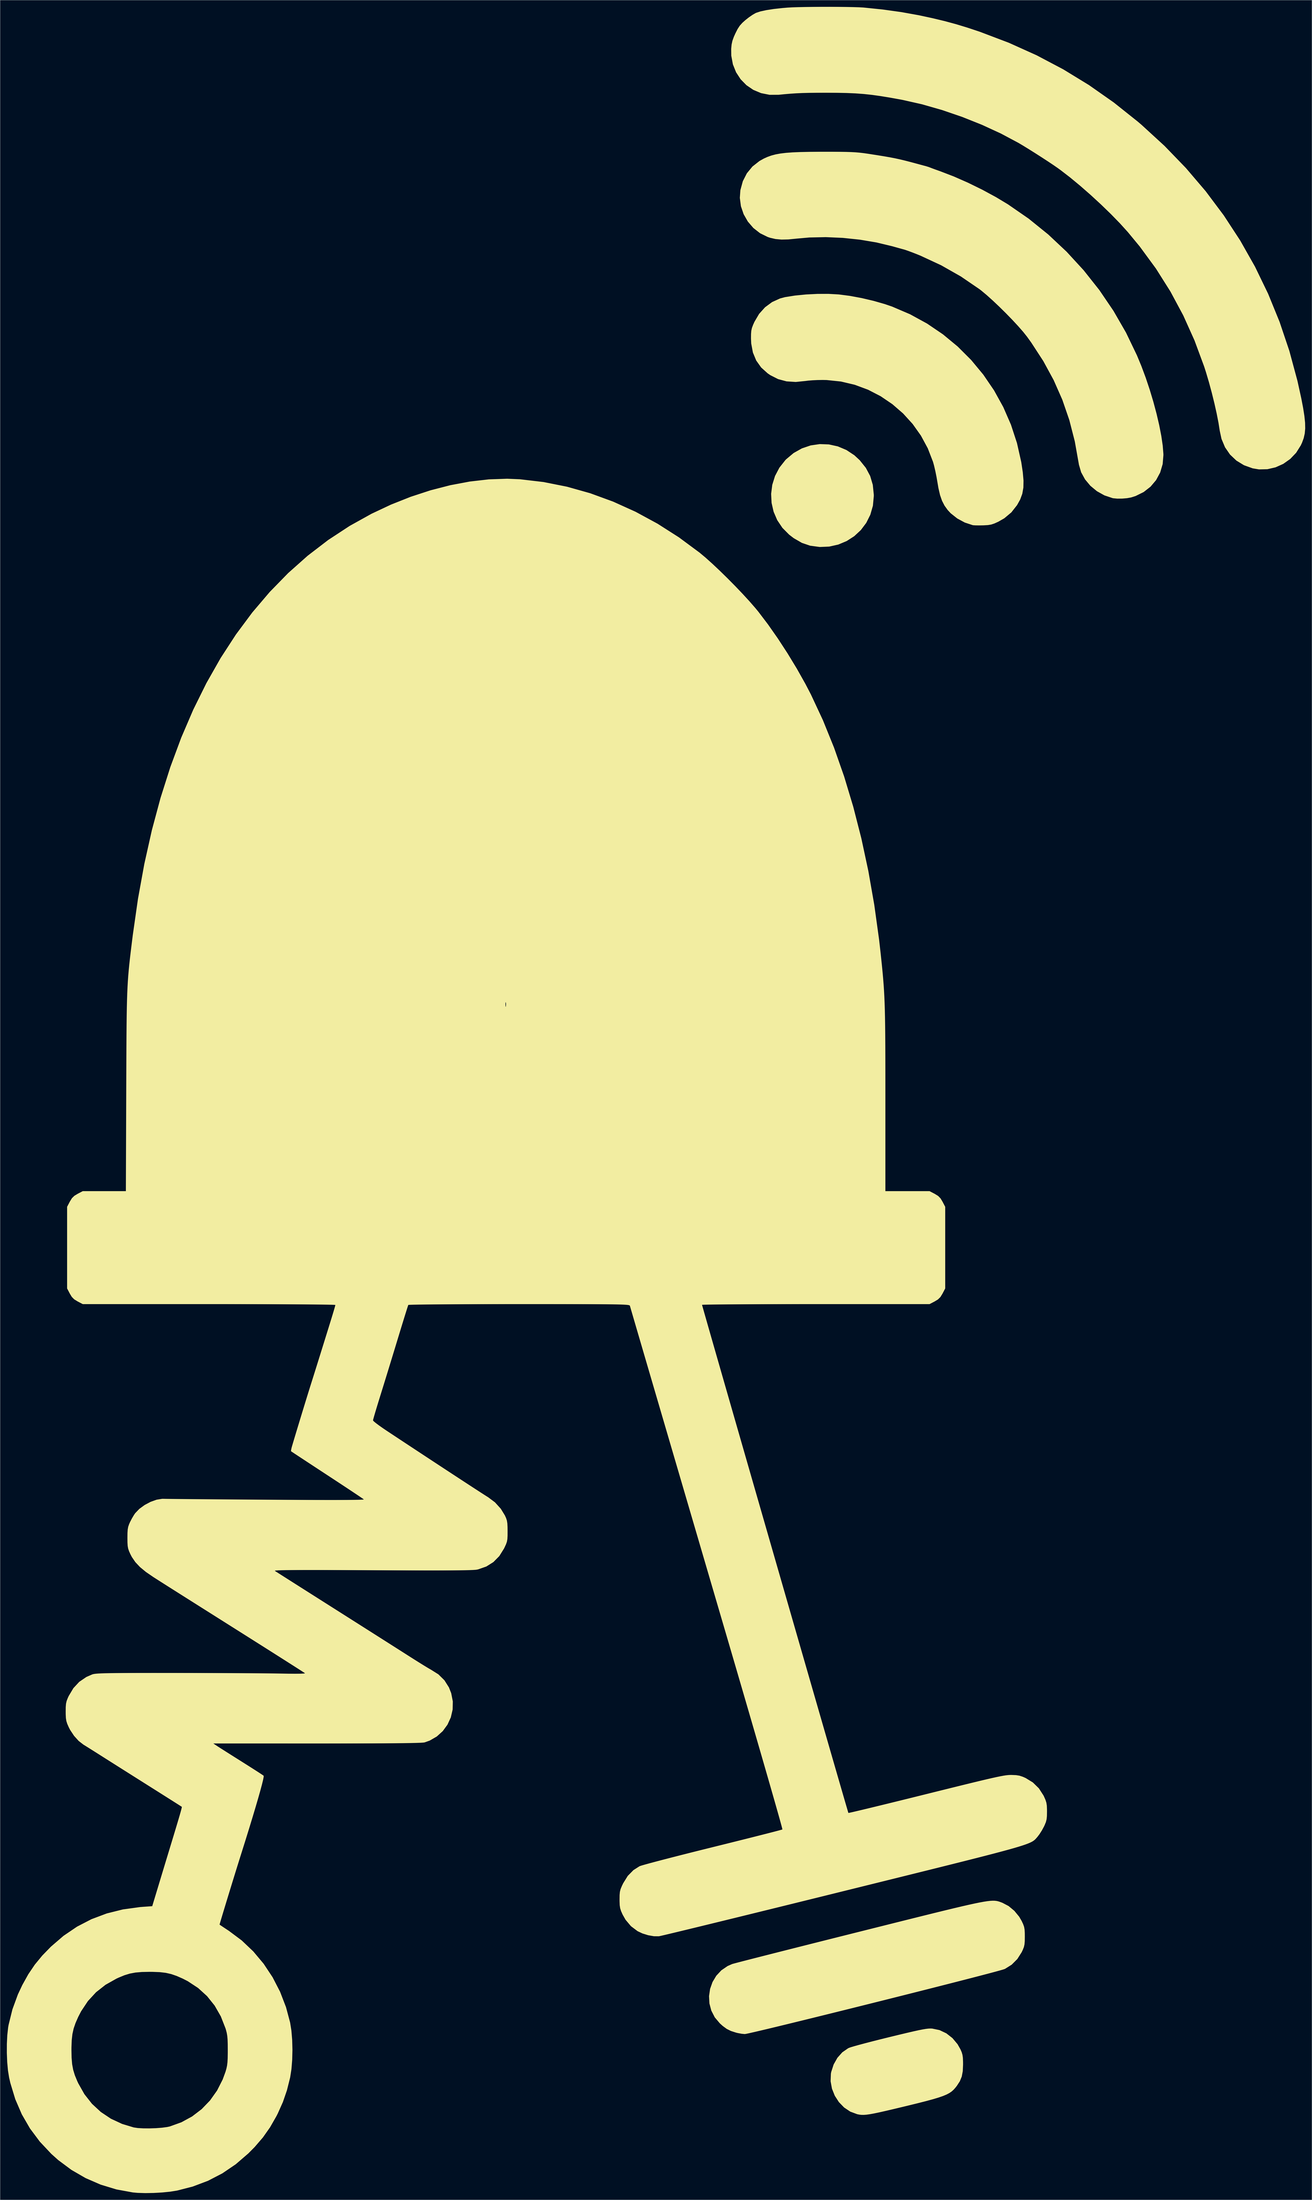
<source format=kicad_pcb>
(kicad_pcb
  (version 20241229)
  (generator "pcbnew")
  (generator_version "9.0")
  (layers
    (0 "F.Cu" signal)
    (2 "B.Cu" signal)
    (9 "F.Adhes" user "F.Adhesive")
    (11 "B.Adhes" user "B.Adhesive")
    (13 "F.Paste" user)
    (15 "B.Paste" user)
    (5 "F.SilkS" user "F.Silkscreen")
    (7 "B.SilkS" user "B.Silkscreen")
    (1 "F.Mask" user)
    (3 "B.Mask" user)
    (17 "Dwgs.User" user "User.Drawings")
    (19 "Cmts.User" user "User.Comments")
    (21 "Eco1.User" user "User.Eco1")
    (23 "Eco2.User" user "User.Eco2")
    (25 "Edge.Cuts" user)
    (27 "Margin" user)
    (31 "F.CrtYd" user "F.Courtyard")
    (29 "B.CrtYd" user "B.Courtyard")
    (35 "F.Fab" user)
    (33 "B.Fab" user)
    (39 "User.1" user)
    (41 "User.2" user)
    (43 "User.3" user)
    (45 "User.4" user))
  (footprint "logo_4"
    (layer "F.Cu")
    (at 250.323 497.441)
    (property "Reference" "logo_4" (at 0 0 0) (layer "F.SilkS") (effects (font (size 1.524 1.524) (thickness 0.3))))
    (attr board_only exclude_from_pos_files exclude_from_bom)
    (fp_poly (pts (xy 116.423 -302.352) (xy 120.427 -301.471) (xy 124.255 -299.857) (xy 127.805 -297.511) (xy 130.188 -295.308) (xy 132.922 -291.897) (xy 134.853 -288.272) (xy 136.021 -284.333) (xy 136.465 -279.978) (xy 136.471 -279.333) (xy 136.072 -275.018) (xy 134.925 -271.013) (xy 133.106 -267.377) (xy 130.692 -264.169) (xy 127.757 -261.449) (xy 124.378 -259.275) (xy 120.631 -257.707) (xy 116.591 -256.803) (xy 112.335 -256.624) (xy 108.058 -257.2) (xy 104.395 -258.448) (xy 100.753 -260.551) (xy 98.692 -262.126) (xy 95.69 -265.152) (xy 93.383 -268.589) (xy 91.773 -272.331) (xy 90.865 -276.276) (xy 90.664 -280.317) (xy 91.173 -284.351) (xy 92.397 -288.271) (xy 94.34 -291.975) (xy 97.006 -295.357) (xy 97.344 -295.705) (xy 100.693 -298.511) (xy 104.378 -300.578) (xy 108.296 -301.907) (xy 112.345 -302.497)) (stroke (width 0) (type solid)) (fill yes) (layer "F.SilkS"))
    (fp_poly (pts (xy 162.463 403.919) (xy 162.517 403.924) (xy 165.786 404.605) (xy 168.843 406.054) (xy 171.569 408.182) (xy 173.842 410.901) (xy 175.139 413.194) (xy 175.691 414.478) (xy 176.034 415.651) (xy 176.217 416.99) (xy 176.286 418.769) (xy 176.293 419.961) (xy 176.164 422.915) (xy 175.716 425.308) (xy 174.862 427.408) (xy 173.51 429.484) (xy 172.858 430.311) (xy 172.091 431.172) (xy 171.239 431.939) (xy 170.221 432.644) (xy 168.956 433.314) (xy 167.364 433.981) (xy 165.363 434.672) (xy 162.872 435.419) (xy 159.812 436.25) (xy 156.1 437.195) (xy 151.656 438.284) (xy 149.919 438.703) (xy 145.574 439.743) (xy 141.973 440.589) (xy 139.026 441.254) (xy 136.642 441.754) (xy 134.73 442.103) (xy 133.201 442.317) (xy 131.963 442.409) (xy 130.926 442.395) (xy 129.998 442.289) (xy 129.09 442.106) (xy 129.038 442.094) (xy 125.96 440.946) (xy 123.217 439.106) (xy 120.89 436.702) (xy 119.058 433.864) (xy 117.801 430.722) (xy 117.198 427.405) (xy 117.328 424.042) (xy 117.469 423.279) (xy 118.552 419.924) (xy 120.229 416.957) (xy 122.402 414.515) (xy 124.971 412.732) (xy 125.36 412.541) (xy 126.189 412.247) (xy 127.751 411.781) (xy 129.944 411.172) (xy 132.662 410.446) (xy 135.803 409.631) (xy 139.262 408.756) (xy 142.936 407.847) (xy 143.561 407.695) (xy 147.813 406.664) (xy 151.321 405.827) (xy 154.171 405.167) (xy 156.454 404.666) (xy 158.258 404.305) (xy 159.671 404.068) (xy 160.784 403.936) (xy 161.685 403.893)) (stroke (width 0) (type solid)) (fill yes) (layer "F.SilkS"))
    (fp_poly (pts (xy 120.796 -369.221) (xy 120.973 -369.204) (xy 125.845 -368.568) (xy 131.091 -367.591) (xy 136.379 -366.349) (xy 141.381 -364.916) (xy 144.651 -363.797) (xy 152.678 -360.362) (xy 160.253 -356.218) (xy 167.342 -351.41) (xy 173.909 -345.983) (xy 179.917 -339.983) (xy 185.333 -333.454) (xy 190.119 -326.441) (xy 194.24 -318.991) (xy 197.661 -311.147) (xy 200.346 -302.955) (xy 202.26 -294.46) (xy 202.937 -289.947) (xy 203.263 -286.227) (xy 203.203 -283.094) (xy 202.72 -280.349) (xy 201.781 -277.795) (xy 200.401 -275.31) (xy 197.842 -272.053) (xy 194.705 -269.429) (xy 192.06 -267.912) (xy 190.308 -267.115) (xy 188.871 -266.636) (xy 187.372 -266.387) (xy 185.432 -266.275) (xy 185.172 -266.268) (xy 183.368 -266.241) (xy 181.818 -266.262) (xy 180.781 -266.326) (xy 180.598 -266.356) (xy 177.051 -267.526) (xy 173.693 -269.343) (xy 170.771 -271.658) (xy 169.414 -273.119) (xy 168.011 -275.076) (xy 166.904 -277.228) (xy 166.025 -279.756) (xy 165.31 -282.839) (xy 164.88 -285.351) (xy 164.445 -287.88) (xy 163.917 -290.492) (xy 163.364 -292.865) (xy 162.89 -294.572) (xy 160.545 -300.624) (xy 157.493 -306.271) (xy 153.8 -311.465) (xy 149.53 -316.157) (xy 144.748 -320.298) (xy 139.522 -323.841) (xy 133.915 -326.736) (xy 127.993 -328.934) (xy 121.823 -330.389) (xy 115.468 -331.05) (xy 113.677 -331.086) (xy 111.375 -331.05) (xy 109.093 -330.943) (xy 107.141 -330.785) (xy 106.12 -330.65) (xy 101.619 -330.193) (xy 97.53 -330.46) (xy 93.78 -331.469) (xy 90.296 -333.232) (xy 89.128 -334.028) (xy 86.209 -336.655) (xy 84.009 -339.754) (xy 82.531 -343.317) (xy 81.78 -347.335) (xy 81.678 -349.573) (xy 81.699 -351.582) (xy 81.818 -353.054) (xy 82.102 -354.312) (xy 82.618 -355.679) (xy 83.226 -357.031) (xy 85.29 -360.54) (xy 87.943 -363.492) (xy 91.091 -365.813) (xy 94.644 -367.43) (xy 96.878 -368.021) (xy 101.282 -368.72) (xy 106.199 -369.206) (xy 111.306 -369.461) (xy 116.28 -369.472)) (stroke (width 0) (type solid)) (fill yes) (layer "F.SilkS"))
    (fp_poly (pts (xy 190.364 346.931) (xy 191.127 347.01) (xy 191.8 347.145) (xy 192.429 347.329) (xy 193.056 347.552) (xy 193.726 347.806) (xy 193.841 347.849) (xy 196.614 349.302) (xy 199.178 351.433) (xy 201.339 354.061) (xy 202.436 355.948) (xy 203.11 357.39) (xy 203.527 358.579) (xy 203.748 359.814) (xy 203.834 361.393) (xy 203.846 362.919) (xy 203.82 364.935) (xy 203.702 366.39) (xy 203.433 367.582) (xy 202.952 368.809) (xy 202.447 369.869) (xy 200.507 372.914) (xy 197.993 375.431) (xy 195.044 377.281) (xy 194.88 377.357) (xy 194.174 377.594) (xy 192.697 378.019) (xy 190.51 378.617) (xy 187.672 379.373) (xy 184.243 380.273) (xy 180.282 381.302) (xy 175.848 382.444) (xy 171.001 383.685) (xy 165.801 385.01) (xy 160.306 386.405) (xy 154.577 387.853) (xy 148.672 389.341) (xy 142.652 390.854) (xy 136.575 392.376) (xy 130.501 393.893) (xy 124.49 395.389) (xy 118.601 396.851) (xy 112.893 398.263) (xy 107.427 399.611) (xy 102.26 400.878) (xy 97.454 402.052) (xy 93.066 403.116) (xy 89.158 404.056) (xy 85.787 404.856) (xy 83.014 405.503) (xy 80.898 405.981) (xy 79.499 406.276) (xy 78.88 406.372) (xy 77.5 406.237) (xy 75.815 405.929) (xy 75.008 405.733) (xy 72.72 404.998) (xy 70.852 404.071) (xy 69.06 402.755) (xy 67.776 401.599) (xy 65.52 398.923) (xy 63.982 395.933) (xy 63.136 392.746) (xy 62.96 389.479) (xy 63.427 386.249) (xy 64.514 383.174) (xy 66.196 380.369) (xy 68.45 377.953) (xy 71.25 376.042) (xy 73.289 375.148) (xy 73.926 374.965) (xy 75.348 374.587) (xy 77.503 374.025) (xy 80.34 373.294) (xy 83.81 372.406) (xy 87.861 371.374) (xy 92.442 370.211) (xy 97.502 368.93) (xy 102.99 367.543) (xy 108.856 366.065) (xy 115.049 364.506) (xy 121.518 362.881) (xy 128.211 361.203) (xy 130.229 360.698) (xy 138.387 358.654) (xy 145.754 356.81) (xy 152.374 355.156) (xy 158.289 353.683) (xy 163.545 352.383) (xy 168.184 351.247) (xy 172.252 350.265) (xy 175.791 349.429) (xy 178.847 348.731) (xy 181.462 348.16) (xy 183.68 347.709) (xy 185.546 347.368) (xy 187.104 347.129) (xy 188.397 346.982) (xy 189.469 346.919)) (stroke (width 0) (type solid)) (fill yes) (layer "F.SilkS"))
    (fp_poly (pts (xy 118.114 -432.824) (xy 121.419 -432.805) (xy 124.133 -432.762) (xy 126.393 -432.691) (xy 128.335 -432.583) (xy 130.093 -432.433) (xy 131.803 -432.235) (xy 133.602 -431.982) (xy 134.319 -431.873) (xy 138.031 -431.294) (xy 141.082 -430.799) (xy 143.658 -430.35) (xy 145.95 -429.907) (xy 148.147 -429.429) (xy 150.437 -428.878) (xy 153.011 -428.214) (xy 156.057 -427.396) (xy 157.351 -427.044) (xy 158.683 -426.685) (xy 159.719 -426.412) (xy 160.925 -426.041) (xy 161.656 -425.765) (xy 162.441 -425.461) (xy 163.796 -424.962) (xy 165.478 -424.359) (xy 166.176 -424.112) (xy 172.171 -421.81) (xy 178.491 -419.032) (xy 184.855 -415.917) (xy 190.981 -412.6) (xy 196.312 -409.397) (xy 205.569 -403.003) (xy 214.313 -395.939) (xy 222.505 -388.252) (xy 230.107 -379.987) (xy 237.083 -371.19) (xy 243.393 -361.908) (xy 249 -352.186) (xy 253.865 -342.07) (xy 255.841 -337.303) (xy 257.769 -332.132) (xy 259.564 -326.771) (xy 261.192 -321.354) (xy 262.62 -316.017) (xy 263.815 -310.895) (xy 264.743 -306.121) (xy 265.371 -301.831) (xy 265.665 -298.16) (xy 265.68 -297.612) (xy 265.343 -293.568) (xy 264.233 -289.817) (xy 262.412 -286.44) (xy 259.939 -283.516) (xy 256.877 -281.127) (xy 253.286 -279.353) (xy 251.303 -278.719) (xy 249.461 -278.382) (xy 247.262 -278.198) (xy 245.08 -278.184) (xy 243.289 -278.351) (xy 243.022 -278.405) (xy 239.349 -279.632) (xy 236.006 -281.5) (xy 233.096 -283.905) (xy 230.72 -286.745) (xy 228.981 -289.915) (xy 227.983 -293.311) (xy 227.919 -293.716) (xy 226.139 -303.716) (xy 223.703 -313.206) (xy 220.577 -322.272) (xy 216.724 -330.999) (xy 212.11 -339.475) (xy 206.699 -347.786) (xy 204.81 -350.403) (xy 203.095 -352.554) (xy 200.857 -355.108) (xy 198.239 -357.925) (xy 195.382 -360.86) (xy 192.43 -363.772) (xy 189.524 -366.518) (xy 186.808 -368.956) (xy 184.424 -370.945) (xy 183.612 -371.57) (xy 175.32 -377.228) (xy 166.52 -382.222) (xy 157.315 -386.494) (xy 155.414 -387.265) (xy 153.533 -387.993) (xy 151.817 -388.628) (xy 150.51 -389.081) (xy 150.032 -389.227) (xy 149.056 -389.492) (xy 147.51 -389.92) (xy 145.653 -390.437) (xy 144.651 -390.718) (xy 137.653 -392.394) (xy 130.23 -393.64) (xy 122.612 -394.437) (xy 115.03 -394.768) (xy 107.714 -394.614) (xy 102.018 -394.106) (xy 98.337 -393.745) (xy 95.272 -393.679) (xy 92.624 -393.921) (xy 90.195 -394.482) (xy 89.138 -394.835) (xy 85.708 -396.52) (xy 82.728 -398.852) (xy 80.268 -401.713) (xy 78.397 -404.983) (xy 77.184 -408.545) (xy 76.699 -412.28) (xy 76.942 -415.696) (xy 78.03 -419.693) (xy 79.83 -423.219) (xy 82.315 -426.236) (xy 85.456 -428.706) (xy 87.414 -429.799) (xy 89.056 -430.538) (xy 90.765 -431.151) (xy 92.639 -431.649) (xy 94.773 -432.042) (xy 97.262 -432.342) (xy 100.203 -432.559) (xy 103.692 -432.705) (xy 107.825 -432.79) (xy 112.697 -432.825) (xy 114.085 -432.827)) (stroke (width 0) (type solid)) (fill yes) (layer "F.SilkS"))
    (fp_poly (pts (xy 120.664 -497.424) (xy 124.168 -497.385) (xy 127.287 -497.325) (xy 129.867 -497.244) (xy 131.759 -497.141) (xy 131.951 -497.125) (xy 140.484 -496.249) (xy 148.768 -495.094) (xy 156.518 -493.7) (xy 156.92 -493.618) (xy 162.811 -492.349) (xy 168.131 -491.071) (xy 173.169 -489.706) (xy 178.212 -488.176) (xy 183.547 -486.402) (xy 183.873 -486.289) (xy 196.746 -481.409) (xy 209.11 -475.842) (xy 221.003 -469.568) (xy 232.463 -462.563) (xy 243.529 -454.805) (xy 254.239 -446.273) (xy 255.937 -444.822) (xy 266.196 -435.424) (xy 275.73 -425.562) (xy 284.535 -415.244) (xy 292.607 -404.473) (xy 299.944 -393.257) (xy 306.542 -381.601) (xy 312.397 -369.511) (xy 317.506 -356.994) (xy 321.866 -344.054) (xy 325.473 -330.699) (xy 327.194 -322.881) (xy 328.014 -318.603) (xy 328.578 -315.021) (xy 328.886 -312.009) (xy 328.937 -309.441) (xy 328.73 -307.191) (xy 328.262 -305.133) (xy 327.533 -303.14) (xy 326.98 -301.945) (xy 324.907 -298.642) (xy 322.261 -295.87) (xy 319.163 -293.685) (xy 315.728 -292.143) (xy 312.075 -291.301) (xy 308.321 -291.215) (xy 305.503 -291.682) (xy 301.615 -293.078) (xy 298.226 -295.15) (xy 295.391 -297.835) (xy 293.163 -301.071) (xy 291.597 -304.798) (xy 290.806 -308.459) (xy 290.249 -311.995) (xy 289.44 -316.128) (xy 288.429 -320.652) (xy 287.266 -325.36) (xy 286.001 -330.043) (xy 284.685 -334.493) (xy 283.851 -337.088) (xy 279.548 -348.707) (xy 274.538 -359.841) (xy 268.806 -370.515) (xy 262.337 -380.757) (xy 255.114 -390.595) (xy 249.796 -397.032) (xy 246.281 -400.911) (xy 242.233 -405.064) (xy 237.817 -409.341) (xy 233.201 -413.589) (xy 228.551 -417.657) (xy 224.032 -421.392) (xy 219.812 -424.643) (xy 218.509 -425.586) (xy 216.557 -426.934) (xy 214.071 -428.589) (xy 211.257 -430.421) (xy 208.322 -432.298) (xy 205.471 -434.087) (xy 202.911 -435.656) (xy 200.94 -436.823) (xy 193.146 -440.971) (xy 184.734 -444.842) (xy 175.923 -448.357) (xy 166.932 -451.434) (xy 157.982 -453.992) (xy 149.292 -455.95) (xy 148.525 -456.095) (xy 143.694 -456.967) (xy 139.46 -457.659) (xy 135.615 -458.193) (xy 131.948 -458.586) (xy 128.25 -458.858) (xy 124.31 -459.027) (xy 119.919 -459.114) (xy 115.161 -459.137) (xy 111.045 -459.126) (xy 107.595 -459.087) (xy 104.617 -459.012) (xy 101.914 -458.893) (xy 99.293 -458.721) (xy 96.559 -458.488) (xy 93.992 -458.234) (xy 89.957 -458.218) (xy 86.172 -458.972) (xy 82.712 -460.426) (xy 79.651 -462.506) (xy 77.063 -465.141) (xy 75.023 -468.259) (xy 73.605 -471.789) (xy 72.884 -475.657) (xy 72.843 -478.695) (xy 73.027 -480.645) (xy 73.392 -482.321) (xy 74.038 -484.096) (xy 74.71 -485.592) (xy 75.709 -487.569) (xy 76.678 -489.047) (xy 77.857 -490.348) (xy 79.176 -491.528) (xy 80.756 -492.769) (xy 82.382 -493.887) (xy 83.742 -494.668) (xy 83.927 -494.753) (xy 85.842 -495.388) (xy 88.521 -495.971) (xy 91.87 -496.487) (xy 95.792 -496.918) (xy 98.029 -497.104) (xy 99.999 -497.213) (xy 102.643 -497.3) (xy 105.809 -497.367) (xy 109.345 -497.413) (xy 113.101 -497.438) (xy 116.924 -497.441)) (stroke (width 0) (type solid)) (fill yes) (layer "F.SilkS"))
    (fp_poly (pts (xy -21.418 -286.818) (xy -10.872 -285.579) (xy -0.402 -283.494) (xy 9.956 -280.579) (xy 20.165 -276.849) (xy 30.189 -272.319) (xy 39.99 -267.003) (xy 49.533 -260.917) (xy 58.764 -254.088) (xy 61.394 -251.89) (xy 64.434 -249.163) (xy 67.746 -246.046) (xy 71.195 -242.675) (xy 74.644 -239.188) (xy 77.956 -235.721) (xy 80.995 -232.413) (xy 83.624 -229.4) (xy 84.989 -227.739) (xy 89.283 -222.089) (xy 93.665 -215.833) (xy 97.994 -209.192) (xy 102.127 -202.39) (xy 105.923 -195.65) (xy 108.411 -190.875) (xy 113.784 -179.369) (xy 118.734 -167.153) (xy 123.248 -154.274) (xy 127.312 -140.778) (xy 130.915 -126.711) (xy 134.044 -112.121) (xy 136.686 -97.053) (xy 138.829 -81.554) (xy 139.465 -75.985) (xy 139.815 -72.704) (xy 140.126 -69.7) (xy 140.399 -66.899) (xy 140.637 -64.23) (xy 140.843 -61.621) (xy 141.019 -58.999) (xy 141.166 -56.292) (xy 141.288 -53.429) (xy 141.387 -50.337) (xy 141.466 -46.945) (xy 141.526 -43.179) (xy 141.57 -38.968) (xy 141.601 -34.241) (xy 141.621 -28.924) (xy 141.632 -22.945) (xy 141.636 -16.234) (xy 141.637 -10.514) (xy 141.637 30.566) (xy 161.342 30.566) (xy 163.637 31.765) (xy 165.182 32.712) (xy 166.252 33.803) (xy 167.13 35.258) (xy 168.329 37.553) (xy 168.329 73.949) (xy 167.13 76.244) (xy 166.183 77.789) (xy 165.092 78.858) (xy 163.637 79.737) (xy 161.342 80.936) (xy 110.592 80.936) (xy 104.058 80.938) (xy 97.769 80.946) (xy 91.778 80.959) (xy 86.137 80.976) (xy 80.9 80.997) (xy 76.119 81.022) (xy 71.849 81.05) (xy 68.141 81.082) (xy 65.05 81.116) (xy 62.627 81.153) (xy 60.927 81.192) (xy 60.002 81.233) (xy 59.841 81.258) (xy 59.958 81.7) (xy 60.302 82.928) (xy 60.862 84.9) (xy 61.625 87.576) (xy 62.579 90.915) (xy 63.714 94.876) (xy 65.016 99.418) (xy 66.475 104.501) (xy 68.078 110.083) (xy 69.813 116.123) (xy 71.67 122.581) (xy 73.635 129.416) (xy 75.698 136.587) (xy 77.847 144.052) (xy 80.069 151.772) (xy 82.353 159.705) (xy 84.687 167.809) (xy 87.06 176.046) (xy 89.459 184.373) (xy 91.873 192.749) (xy 94.29 201.134) (xy 96.698 209.487) (xy 99.086 217.766) (xy 101.441 225.932) (xy 103.752 233.942) (xy 106.007 241.757) (xy 108.194 249.335) (xy 110.302 256.636) (xy 112.319 263.618) (xy 114.232 270.241) (xy 116.031 276.463) (xy 117.703 282.244) (xy 119.236 287.543) (xy 120.62 292.319) (xy 121.841 296.531) (xy 122.888 300.139) (xy 123.75 303.101) (xy 124.415 305.376) (xy 124.87 306.923) (xy 125.104 307.703) (xy 125.134 307.792) (xy 125.569 307.72) (xy 126.776 307.454) (xy 128.695 307.01) (xy 131.264 306.401) (xy 134.42 305.643) (xy 138.102 304.75) (xy 142.248 303.739) (xy 146.796 302.624) (xy 151.684 301.419) (xy 156.85 300.14) (xy 159.841 299.397) (xy 166.083 297.846) (xy 171.548 296.492) (xy 176.296 295.322) (xy 180.383 294.323) (xy 183.868 293.482) (xy 186.81 292.786) (xy 189.267 292.22) (xy 191.297 291.774) (xy 192.959 291.433) (xy 194.31 291.183) (xy 195.409 291.013) (xy 196.315 290.909) (xy 197.086 290.858) (xy 197.779 290.847) (xy 197.867 290.848) (xy 199.889 290.928) (xy 201.45 291.171) (xy 202.947 291.663) (xy 204.196 292.214) (xy 207.434 294.193) (xy 210.12 296.818) (xy 212.194 300.028) (xy 212.379 300.409) (xy 213.058 301.942) (xy 213.467 303.225) (xy 213.672 304.586) (xy 213.74 306.356) (xy 213.743 307.168) (xy 213.709 309.166) (xy 213.564 310.63) (xy 213.242 311.883) (xy 212.678 313.251) (xy 212.4 313.841) (xy 211.465 315.573) (xy 210.382 317.27) (xy 209.529 318.391) (xy 209.167 318.813) (xy 208.829 319.203) (xy 208.48 319.569) (xy 208.084 319.921) (xy 207.607 320.271) (xy 207.012 320.627) (xy 206.265 320.999) (xy 205.33 321.397) (xy 204.172 321.832) (xy 202.756 322.312) (xy 201.047 322.849) (xy 199.009 323.451) (xy 196.607 324.129) (xy 193.806 324.892) (xy 190.57 325.751) (xy 186.865 326.715) (xy 182.655 327.794) (xy 177.904 328.998) (xy 172.578 330.337) (xy 166.641 331.82) (xy 160.058 333.459) (xy 152.794 335.261) (xy 144.814 337.239) (xy 136.081 339.4) (xy 126.562 341.756) (xy 122.763 342.696) (xy 114.611 344.712) (xy 106.667 346.674) (xy 98.971 348.572) (xy 91.566 350.395) (xy 84.493 352.135) (xy 77.795 353.779) (xy 71.512 355.319) (xy 65.686 356.743) (xy 60.361 358.043) (xy 55.576 359.206) (xy 51.375 360.224) (xy 47.798 361.086) (xy 44.888 361.782) (xy 42.686 362.302) (xy 41.235 362.635) (xy 40.576 362.771) (xy 40.565 362.772) (xy 38.358 362.756) (xy 35.801 362.308) (xy 33.231 361.51) (xy 31.071 360.491) (xy 28.119 358.269) (xy 25.709 355.408) (xy 24.391 353.082) (xy 23.718 351.562) (xy 23.312 350.285) (xy 23.107 348.925) (xy 23.039 347.153) (xy 23.034 346.322) (xy 23.06 344.373) (xy 23.191 342.952) (xy 23.501 341.725) (xy 24.066 340.36) (xy 24.656 339.139) (xy 26.694 335.858) (xy 29.222 333.283) (xy 31.954 331.543) (xy 32.656 331.298) (xy 34.124 330.867) (xy 36.288 330.269) (xy 39.078 329.522) (xy 42.422 328.644) (xy 46.252 327.653) (xy 50.496 326.569) (xy 55.084 325.409) (xy 59.946 324.192) (xy 64.543 323.051) (xy 69.547 321.812) (xy 74.307 320.627) (xy 78.758 319.515) (xy 82.834 318.49) (xy 86.467 317.571) (xy 89.593 316.774) (xy 92.145 316.116) (xy 94.056 315.613) (xy 95.261 315.283) (xy 95.693 315.143) (xy 95.606 314.708) (xy 95.287 313.485) (xy 94.746 311.513) (xy 93.996 308.829) (xy 93.047 305.474) (xy 91.91 301.483) (xy 90.595 296.897) (xy 89.116 291.753) (xy 87.481 286.09) (xy 85.703 279.946) (xy 83.792 273.359) (xy 81.759 266.368) (xy 79.616 259.011) (xy 77.373 251.326) (xy 75.042 243.352) (xy 72.634 235.127) (xy 70.584 228.136) (xy 66.883 215.521) (xy 63.31 203.344) (xy 59.872 191.622) (xy 56.573 180.378) (xy 53.421 169.631) (xy 50.421 159.401) (xy 47.578 149.709) (xy 44.9 140.574) (xy 42.391 132.017) (xy 40.058 124.057) (xy 37.906 116.716) (xy 35.942 110.014) (xy 34.171 103.97) (xy 32.6 98.604) (xy 31.234 93.937) (xy 30.079 89.99) (xy 29.141 86.781) (xy 28.426 84.332) (xy 27.939 82.663) (xy 27.688 81.793) (xy 27.659 81.689) (xy 27.593 81.573) (xy 27.43 81.47) (xy 27.126 81.378) (xy 26.632 81.298) (xy 25.903 81.228) (xy 24.892 81.167) (xy 23.552 81.116) (xy 21.838 81.072) (xy 19.702 81.036) (xy 17.099 81.007) (xy 13.982 80.985) (xy 10.304 80.967) (xy 6.019 80.954) (xy 1.08 80.945) (xy -4.558 80.94) (xy -10.943 80.937) (xy -18.121 80.936) (xy -21.765 80.936) (xy -28.203 80.939) (xy -34.398 80.948) (xy -40.298 80.963) (xy -45.847 80.982) (xy -50.992 81.007) (xy -55.678 81.036) (xy -59.85 81.069) (xy -63.456 81.106) (xy -66.44 81.146) (xy -68.749 81.188) (xy -70.327 81.233) (xy -71.122 81.28) (xy -71.209 81.3) (xy -71.382 81.783) (xy -71.774 82.995) (xy -72.356 84.842) (xy -73.098 87.227) (xy -73.97 90.056) (xy -74.944 93.234) (xy -75.931 96.476) (xy -77.156 100.5) (xy -78.468 104.794) (xy -79.805 109.157) (xy -81.105 113.384) (xy -82.305 117.272) (xy -83.343 120.62) (xy -83.695 121.749) (xy -84.585 124.621) (xy -85.383 127.236) (xy -86.054 129.478) (xy -86.563 131.23) (xy -86.877 132.375) (xy -86.963 132.78) (xy -86.62 133.194) (xy -85.67 133.983) (xy -84.232 135.059) (xy -82.422 136.333) (xy -80.828 137.408) (xy -76.584 140.213) (xy -72.231 143.086) (xy -67.834 145.983) (xy -63.459 148.862) (xy -59.173 151.678) (xy -55.041 154.39) (xy -51.128 156.953) (xy -47.502 159.325) (xy -44.227 161.462) (xy -41.37 163.322) (xy -38.996 164.861) (xy -37.172 166.035) (xy -35.963 166.803) (xy -35.577 167.04) (xy -32.532 169.317) (xy -29.935 172.18) (xy -28.122 175.134) (xy -27.572 176.352) (xy -27.221 177.447) (xy -27.024 178.677) (xy -26.938 180.297) (xy -26.918 182.126) (xy -26.928 184.195) (xy -27.007 185.676) (xy -27.212 186.844) (xy -27.599 187.971) (xy -28.225 189.332) (xy -28.531 189.955) (xy -30.613 193.277) (xy -33.236 195.935) (xy -36.379 197.91) (xy -40.016 199.182) (xy -40.564 199.303) (xy -41.221 199.391) (xy -42.312 199.466) (xy -43.875 199.529) (xy -45.947 199.58) (xy -48.567 199.619) (xy -51.773 199.648) (xy -55.602 199.664) (xy -60.094 199.671) (xy -65.286 199.666) (xy -71.216 199.651) (xy -77.922 199.625) (xy -85.442 199.59) (xy -87.274 199.58) (xy -94.666 199.543) (xy -101.236 199.515) (xy -107.026 199.495) (xy -112.074 199.484) (xy -116.422 199.483) (xy -120.109 199.491) (xy -123.174 199.509) (xy -125.659 199.536) (xy -127.603 199.575) (xy -129.046 199.623) (xy -130.029 199.683) (xy -130.59 199.754) (xy -130.771 199.836) (xy -130.742 199.875) (xy -130.255 200.189) (xy -129.102 200.925) (xy -127.344 202.045) (xy -125.041 203.509) (xy -122.254 205.279) (xy -119.046 207.315) (xy -115.476 209.58) (xy -111.606 212.035) (xy -107.496 214.64) (xy -104.83 216.331) (xy -100.333 219.181) (xy -95.833 222.035) (xy -91.417 224.836) (xy -87.173 227.529) (xy -83.191 230.058) (xy -79.557 232.366) (xy -76.361 234.397) (xy -73.69 236.096) (xy -71.633 237.406) (xy -71.167 237.703) (xy -68.66 239.295) (xy -66.311 240.769) (xy -64.247 242.049) (xy -62.591 243.057) (xy -61.468 243.716) (xy -61.132 243.897) (xy -57.775 246.005) (xy -55.09 248.649) (xy -53.081 251.826) (xy -52.068 254.399) (xy -51.352 258.06) (xy -51.428 261.691) (xy -52.239 265.179) (xy -53.724 268.416) (xy -55.824 271.291) (xy -58.48 273.694) (xy -61.631 275.516) (xy -63.931 276.34) (xy -64.55 276.424) (xy -65.784 276.5) (xy -67.655 276.567) (xy -70.189 276.625) (xy -73.407 276.675) (xy -77.335 276.717) (xy -81.995 276.752) (xy -87.412 276.778) (xy -93.609 276.797) (xy -100.61 276.809) (xy -108.438 276.815) (xy -111.93 276.815) (xy -158.207 276.81) (xy -156.703 277.819) (xy -155.931 278.322) (xy -154.546 279.207) (xy -152.667 280.401) (xy -150.409 281.83) (xy -147.891 283.419) (xy -145.727 284.781) (xy -143.15 286.406) (xy -140.8 287.898) (xy -138.781 289.191) (xy -137.195 290.219) (xy -136.145 290.915) (xy -135.746 291.201) (xy -135.74 291.73) (xy -135.992 293.033) (xy -136.488 295.064) (xy -137.216 297.779) (xy -138.164 301.135) (xy -139.318 305.086) (xy -140.665 309.588) (xy -142.194 314.597) (xy -143.89 320.068) (xy -145.742 325.958) (xy -145.927 326.541) (xy -146.655 328.854) (xy -147.502 331.565) (xy -148.434 334.57) (xy -149.42 337.762) (xy -150.427 341.036) (xy -151.424 344.287) (xy -152.378 347.41) (xy -153.256 350.298) (xy -154.027 352.847) (xy -154.658 354.95) (xy -155.117 356.503) (xy -155.372 357.401) (xy -155.414 357.579) (xy -155.077 357.817) (xy -154.162 358.433) (xy -152.809 359.333) (xy -151.223 360.378) (xy -145.524 364.635) (xy -140.352 369.541) (xy -135.747 375.032) (xy -131.754 381.045) (xy -128.414 387.517) (xy -125.77 394.383) (xy -123.937 401.234) (xy -123.365 404.827) (xy -123.019 408.975) (xy -122.901 413.404) (xy -123.009 417.84) (xy -123.345 422.006) (xy -123.907 425.629) (xy -123.937 425.773) (xy -125.36 431.446) (xy -127.15 436.657) (xy -129.436 441.771) (xy -130.052 442.983) (xy -132.889 447.942) (xy -136.06 452.443) (xy -139.754 456.735) (xy -142.577 459.583) (xy -148.188 464.414) (xy -154.182 468.48) (xy -160.583 471.794) (xy -167.418 474.369) (xy -174.356 476.148) (xy -177.415 476.637) (xy -180.99 476.996) (xy -184.795 477.214) (xy -188.545 477.278) (xy -191.955 477.176) (xy -194.12 476.983) (xy -201.428 475.642) (xy -208.468 473.5) (xy -215.181 470.585) (xy -221.509 466.927) (xy -227.392 462.552) (xy -230.488 459.783) (xy -235.623 454.321) (xy -240.004 448.456) (xy -243.643 442.166) (xy -246.555 435.425) (xy -248.751 428.212) (xy -249.311 425.773) (xy -249.82 422.599) (xy -250.159 418.857) (xy -250.323 414.808) (xy -250.319 413.503) (xy -221.497 413.503) (xy -221.428 416.948) (xy -221.189 419.797) (xy -220.725 422.306) (xy -219.985 424.733) (xy -218.916 427.332) (xy -218.46 428.318) (xy -215.707 433.187) (xy -212.342 437.458) (xy -208.396 441.107) (xy -203.899 444.11) (xy -198.881 446.442) (xy -193.729 447.999) (xy -191.896 448.269) (xy -189.465 448.409) (xy -186.686 448.427) (xy -183.813 448.329) (xy -181.096 448.123) (xy -178.786 447.815) (xy -177.585 447.553) (xy -172.424 445.696) (xy -167.683 443.113) (xy -163.417 439.858) (xy -159.681 435.985) (xy -156.528 431.548) (xy -154.016 426.601) (xy -152.763 423.175) (xy -152.354 421.757) (xy -152.071 420.421) (xy -151.891 418.954) (xy -151.794 417.144) (xy -151.757 414.779) (xy -151.754 413.503) (xy -151.772 410.826) (xy -151.84 408.797) (xy -151.98 407.205) (xy -152.214 405.837) (xy -152.566 404.482) (xy -152.763 403.832) (xy -154.859 398.486) (xy -157.609 393.689) (xy -160.995 389.462) (xy -164.999 385.825) (xy -169.604 382.799) (xy -171.811 381.669) (xy -174.53 380.474) (xy -176.987 379.626) (xy -179.439 379.072) (xy -182.141 378.761) (xy -185.351 378.64) (xy -186.625 378.632) (xy -190.07 378.7) (xy -192.919 378.94) (xy -195.428 379.404) (xy -197.855 380.144) (xy -200.454 381.213) (xy -201.44 381.669) (xy -206.293 384.402) (xy -210.524 387.727) (xy -214.148 391.661) (xy -217.182 396.219) (xy -218.494 398.761) (xy -219.679 401.462) (xy -220.519 403.914) (xy -221.066 406.373) (xy -221.373 409.094) (xy -221.49 412.332) (xy -221.497 413.503) (xy -250.319 413.503) (xy -250.311 410.714) (xy -250.119 406.836) (xy -249.744 403.437) (xy -249.551 402.31) (xy -247.83 395.356) (xy -245.406 388.737) (xy -243.425 384.517) (xy -240.747 379.704) (xy -237.841 375.408) (xy -234.508 371.364) (xy -230.674 367.424) (xy -225.035 362.573) (xy -219.008 358.488) (xy -212.586 355.165) (xy -205.763 352.603) (xy -198.535 350.799) (xy -190.895 349.75) (xy -189.7 349.657) (xy -185.456 349.358) (xy -182.461 339.456) (xy -181.441 336.085) (xy -180.337 332.442) (xy -179.229 328.788) (xy -178.196 325.385) (xy -177.317 322.494) (xy -177.173 322.02) (xy -175.851 317.669) (xy -174.767 314.079) (xy -173.902 311.188) (xy -173.239 308.935) (xy -172.761 307.259) (xy -172.448 306.098) (xy -172.285 305.391) (xy -172.252 305.076) (xy -172.264 305.049) (xy -172.65 304.799) (xy -173.686 304.138) (xy -175.297 303.116) (xy -177.404 301.782) (xy -179.929 300.186) (xy -182.796 298.375) (xy -185.926 296.399) (xy -187.271 295.551) (xy -190.799 293.326) (xy -194.36 291.078) (xy -197.829 288.888) (xy -201.08 286.834) (xy -203.988 284.995) (xy -206.426 283.452) (xy -208.27 282.283) (xy -208.366 282.222) (xy -210.55 280.839) (xy -212.597 279.548) (xy -214.345 278.451) (xy -215.635 277.648) (xy -216.171 277.32) (xy -218.297 275.67) (xy -220.337 273.409) (xy -222.085 270.778) (xy -222.705 269.576) (xy -223.359 268.091) (xy -223.762 266.84) (xy -223.975 265.515) (xy -224.056 263.806) (xy -224.067 262.61) (xy -224.046 260.583) (xy -223.927 259.11) (xy -223.652 257.888) (xy -223.161 256.611) (xy -222.717 255.645) (xy -220.637 252.155) (xy -218.017 249.334) (xy -214.849 247.176) (xy -212.227 246.028) (xy -211.803 245.905) (xy -211.236 245.798) (xy -210.469 245.705) (xy -209.447 245.626) (xy -208.112 245.56) (xy -206.408 245.506) (xy -204.278 245.463) (xy -201.667 245.429) (xy -198.518 245.405) (xy -194.774 245.388) (xy -190.379 245.378) (xy -185.276 245.375) (xy -179.41 245.376) (xy -174.689 245.379) (xy -168.9 245.387) (xy -163.12 245.401) (xy -157.443 245.419) (xy -151.961 245.442) (xy -146.766 245.469) (xy -141.952 245.499) (xy -137.61 245.531) (xy -133.833 245.566) (xy -130.715 245.603) (xy -128.346 245.641) (xy -127.979 245.648) (xy -124.582 245.707) (xy -121.759 245.725) (xy -119.573 245.706) (xy -118.087 245.649) (xy -117.364 245.555) (xy -117.314 245.489) (xy -117.74 245.199) (xy -118.836 244.488) (xy -120.544 243.392) (xy -122.805 241.949) (xy -125.561 240.195) (xy -128.753 238.168) (xy -132.323 235.904) (xy -136.212 233.442) (xy -140.363 230.819) (xy -144.22 228.382) (xy -150.049 224.704) (xy -155.2 221.453) (xy -159.725 218.597) (xy -163.674 216.104) (xy -167.099 213.941) (xy -170.051 212.077) (xy -172.581 210.479) (xy -174.739 209.115) (xy -176.576 207.953) (xy -178.144 206.96) (xy -179.494 206.105) (xy -180.675 205.354) (xy -181.741 204.677) (xy -182.74 204.04) (xy -183.724 203.412) (xy -184.745 202.76) (xy -184.903 202.659) (xy -188.275 200.348) (xy -190.932 198.155) (xy -192.988 195.967) (xy -194.558 193.67) (xy -195.2 192.437) (xy -195.808 191.084) (xy -196.196 189.941) (xy -196.413 188.74) (xy -196.507 187.212) (xy -196.527 185.119) (xy -196.502 182.966) (xy -196.399 181.413) (xy -196.174 180.199) (xy -195.785 179.063) (xy -195.37 178.129) (xy -194.536 176.509) (xy -193.615 174.956) (xy -193.057 174.145) (xy -191.206 172.219) (xy -188.841 170.496) (xy -186.198 169.095) (xy -183.509 168.135) (xy -181.009 167.733) (xy -180.383 167.736) (xy -179.689 167.753) (xy -178.194 167.774) (xy -175.959 167.8) (xy -173.045 167.829) (xy -169.512 167.863) (xy -165.42 167.899) (xy -160.829 167.937) (xy -155.801 167.978) (xy -150.396 168.019) (xy -144.674 168.062) (xy -138.696 168.105) (xy -134.534 168.134) (xy -126.453 168.186) (xy -119.225 168.224) (xy -112.842 168.249) (xy -107.295 168.26) (xy -102.575 168.257) (xy -98.676 168.241) (xy -95.588 168.211) (xy -93.303 168.167) (xy -91.813 168.11) (xy -91.111 168.039) (xy -91.053 167.997) (xy -91.493 167.676) (xy -92.579 166.935) (xy -94.235 165.823) (xy -96.387 164.391) (xy -98.959 162.687) (xy -101.876 160.764) (xy -105.062 158.67) (xy -107.412 157.13) (xy -110.729 154.956) (xy -113.821 152.929) (xy -116.613 151.097) (xy -119.031 149.508) (xy -121.003 148.21) (xy -122.453 147.252) (xy -123.31 146.682) (xy -123.517 146.539) (xy -123.517 146.068) (xy -123.308 145.067) (xy -123.168 144.546) (xy -122.719 143.012) (xy -122.061 140.807) (xy -121.241 138.083) (xy -120.304 134.989) (xy -119.298 131.679) (xy -118.267 128.302) (xy -117.258 125.011) (xy -116.317 121.956) (xy -115.491 119.29) (xy -114.824 117.162) (xy -114.736 116.883) (xy -113.614 113.328) (xy -112.291 109.116) (xy -110.757 104.209) (xy -108.999 98.57) (xy -107.007 92.164) (xy -105.875 88.519) (xy -105.168 86.219) (xy -104.56 84.202) (xy -104.095 82.615) (xy -103.815 81.601) (xy -103.753 81.308) (xy -104.175 81.262) (xy -105.41 81.217) (xy -107.41 81.174) (xy -110.127 81.134) (xy -113.511 81.097) (xy -117.516 81.062) (xy -122.092 81.032) (xy -127.193 81.004) (xy -132.768 80.981) (xy -138.771 80.963) (xy -145.153 80.948) (xy -151.866 80.939) (xy -158.862 80.936) (xy -160.1 80.936) (xy -216.447 80.936) (xy -218.742 79.737) (xy -220.287 78.79) (xy -221.357 77.699) (xy -222.235 76.244) (xy -223.434 73.949) (xy -223.434 37.553) (xy -222.235 35.258) (xy -221.288 33.713) (xy -220.197 32.643) (xy -218.742 31.765) (xy -216.447 30.566) (xy -197.217 30.566) (xy -197.056 -13.884) (xy -197.028 -21.289) (xy -197.002 -27.902) (xy -196.974 -33.79) (xy -196.941 -39.023) (xy -196.9 -43.669) (xy -196.848 -47.797) (xy -196.783 -51.474) (xy -196.751 -52.737) (xy -27.874 -52.737) (xy -27.84 -51.851) (xy -27.742 -51.623) (xy -27.687 -51.764) (xy -27.607 -52.797) (xy -27.679 -53.486) (xy -27.792 -53.724) (xy -27.863 -53.207) (xy -27.874 -52.737) (xy -196.751 -52.737) (xy -196.701 -54.77) (xy -196.6 -57.753) (xy -196.477 -60.491) (xy -196.329 -63.053) (xy -196.153 -65.508) (xy -195.947 -67.923) (xy -195.707 -70.368) (xy -195.43 -72.911) (xy -195.114 -75.621) (xy -194.756 -78.565) (xy -194.353 -81.812) (xy -194.14 -83.519) (xy -191.819 -99.734) (xy -188.978 -115.349) (xy -185.622 -130.355) (xy -181.756 -144.742) (xy -177.384 -158.503) (xy -172.512 -171.629) (xy -167.145 -184.111) (xy -161.287 -195.939) (xy -154.943 -207.107) (xy -148.118 -217.604) (xy -140.818 -227.423) (xy -133.047 -236.554) (xy -124.81 -244.99) (xy -116.112 -252.72) (xy -106.958 -259.737) (xy -97.352 -266.032) (xy -87.608 -271.44) (xy -78.947 -275.511) (xy -70.141 -279.004) (xy -61.283 -281.898) (xy -52.464 -284.171) (xy -43.774 -285.803) (xy -35.306 -286.772) (xy -27.15 -287.057)) (stroke (width 0) (type solid)) (fill yes) (layer "F.SilkS")))
  (gr_rect
    (start -3 -3)
    (end 582.26 977.719)
    (stroke (width 0.1) (type default))
    (fill no)
    (layer "Edge.Cuts")))
</source>
